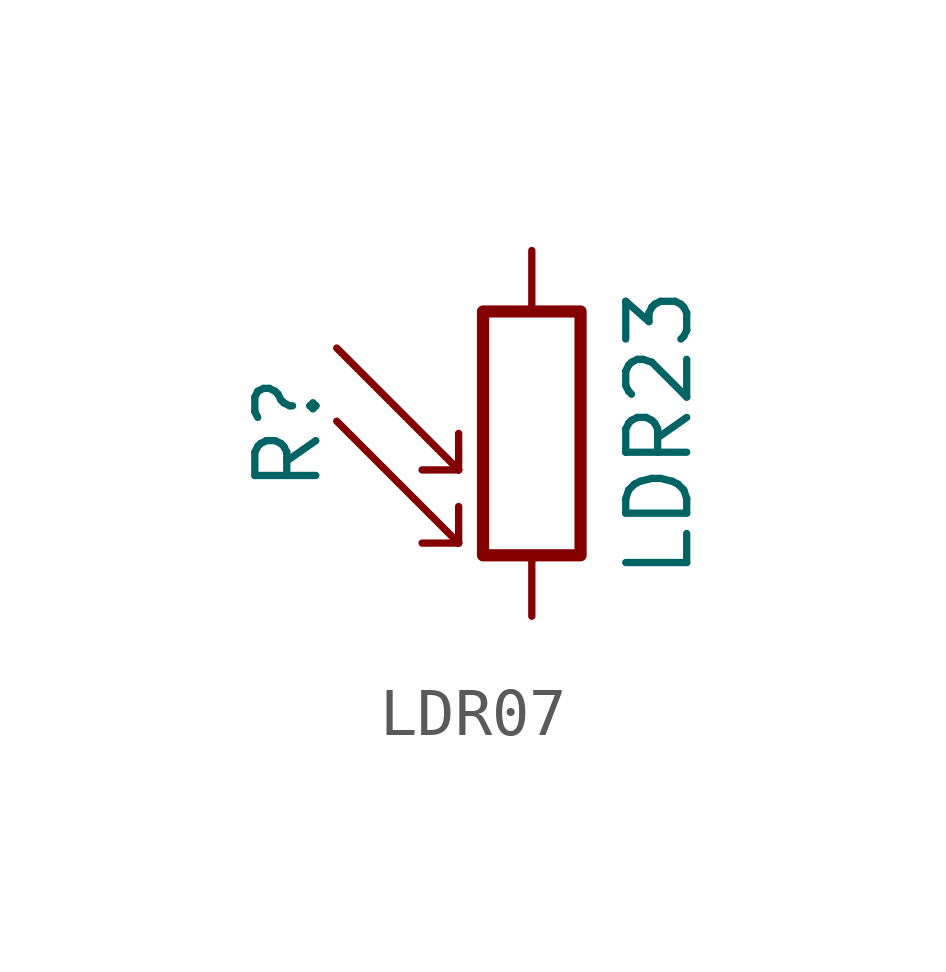
<source format=kicad_sym>
(kicad_symbol_lib
  (version 20220914)
  (generator kicad_symbol_editor)
  (symbol "LDR07"
    (pin_numbers hide)
    (pin_names
      (offset 0))
    (property "Reference" "R"
      (at -5.08 0 90)
      (effects (font (size 1.27 1.27))))
    (property "Value" "LDR23"
      (at 1.905 0 90)
      (effects (font (size 1.27 1.27)) (justify top)))
    (symbol "LDR07_0_1"
      (rectangle (start -1.016 2.54) (end 1.016 -2.54) (stroke (width 0.254) (type default)) (fill (type none)))
      (polyline (pts (xy -1.524 -2.286) (xy -4.064 0.254)) (stroke (width 0) (type default)) (fill (type none)))
      (polyline (pts (xy -1.524 -2.286) (xy -2.286 -2.286)) (stroke (width 0) (type default)) (fill (type none)))
      (polyline (pts (xy -1.524 -2.286) (xy -1.524 -1.524)) (stroke (width 0) (type default)) (fill (type none)))
      (polyline (pts (xy -1.524 -0.762) (xy -4.064 1.778)) (stroke (width 0) (type default)) (fill (type none)))
      (polyline (pts (xy -1.524 -0.762) (xy -2.286 -0.762)) (stroke (width 0) (type default)) (fill (type none)))
      (polyline (pts (xy -1.524 -0.762) (xy -1.524 0)) (stroke (width 0) (type default)) (fill (type none))))
    (symbol "LDR07_1_1"
      (pin passive line (at 0 3.81 270) (length 1.27) (name "~" (effects (font (size 1.27 1.27)))) (number "1" (effects (font (size 1.27 1.27)))))
      (pin passive line (at 0 -3.81 90) (length 1.27) (name "~" (effects (font (size 1.27 1.27)))) (number "2" (effects (font (size 1.27 1.27))))))))
</source>
